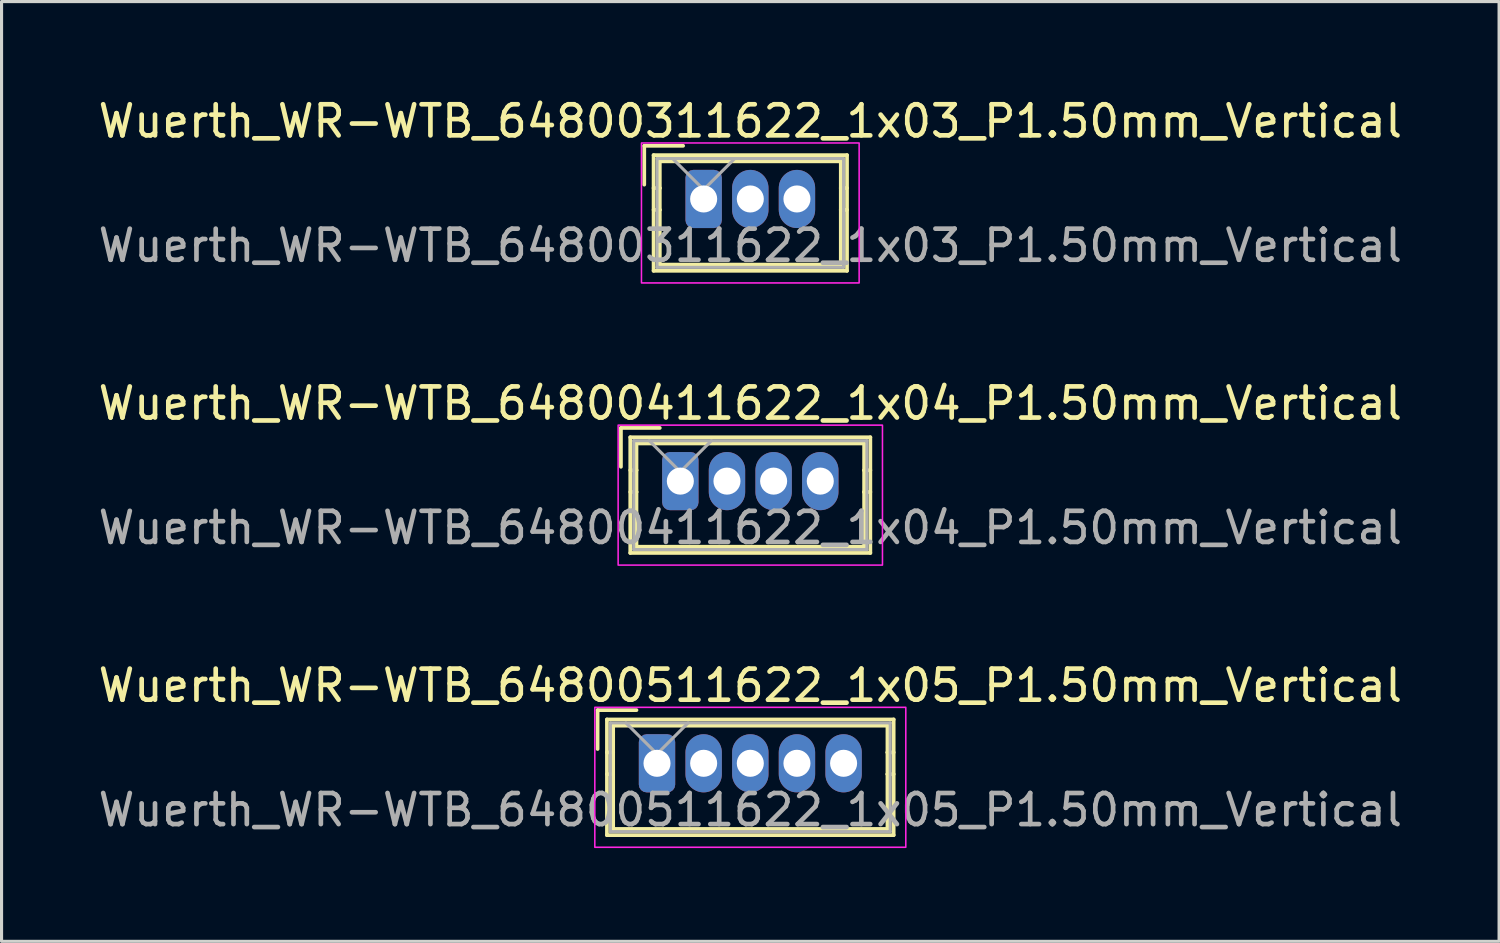
<source format=kicad_pcb>
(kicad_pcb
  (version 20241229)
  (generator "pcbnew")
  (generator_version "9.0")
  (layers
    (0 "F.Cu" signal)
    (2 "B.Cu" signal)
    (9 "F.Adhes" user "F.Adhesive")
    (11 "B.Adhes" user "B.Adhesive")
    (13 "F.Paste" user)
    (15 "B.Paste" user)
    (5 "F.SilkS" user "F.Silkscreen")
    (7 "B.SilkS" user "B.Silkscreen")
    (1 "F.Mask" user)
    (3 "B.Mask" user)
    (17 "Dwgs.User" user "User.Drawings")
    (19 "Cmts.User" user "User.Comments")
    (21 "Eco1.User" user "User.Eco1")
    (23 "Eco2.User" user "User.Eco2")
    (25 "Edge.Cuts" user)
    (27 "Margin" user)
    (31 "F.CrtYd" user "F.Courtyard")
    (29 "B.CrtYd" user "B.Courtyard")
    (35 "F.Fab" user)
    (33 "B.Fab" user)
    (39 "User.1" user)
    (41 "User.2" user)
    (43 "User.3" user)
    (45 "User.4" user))
  (footprint "Wuerth_WR-WTB_64800311622_1x03_P1.50mm_Vertical"
    (layer "F.Cu")
    (at 19.577 3.348)
    (property "Reference" "Wuerth_WR-WTB_64800311622_1x03_P1.50mm_Vertical" (at 1.5 -2.5 0) (layer "F.SilkS") (effects (font (size 1 1) (thickness 0.15))))
    (attr through_hole)
    (fp_line (start -1.91 -1.71) (end -1.91 -0.46) (stroke (width 0.12) (type solid)) (layer "F.SilkS"))
    (fp_line (start -1.61 -1.41) (end -1.61 2.31) (stroke (width 0.12) (type solid)) (layer "F.SilkS"))
    (fp_line (start -1.61 -0.35) (end -1.41 -0.35) (stroke (width 0.12) (type solid)) (layer "F.SilkS"))
    (fp_line (start -1.61 2.31) (end 4.61 2.31) (stroke (width 0.12) (type solid)) (layer "F.SilkS"))
    (fp_line (start -1.41 -1.21) (end 4.41 -1.21) (stroke (width 0.12) (type solid)) (layer "F.SilkS"))
    (fp_line (start -1.41 -0.35) (end -1.41 -1.21) (stroke (width 0.12) (type solid)) (layer "F.SilkS"))
    (fp_line (start -1.41 -0.35) (end -1.41 0.35) (stroke (width 0.12) (type solid)) (layer "F.SilkS"))
    (fp_line (start -1.41 0.35) (end -1.61 0.35) (stroke (width 0.12) (type solid)) (layer "F.SilkS"))
    (fp_line (start -1.41 0.35) (end -1.41 2.11) (stroke (width 0.12) (type solid)) (layer "F.SilkS"))
    (fp_line (start -1.41 2.11) (end 4.41 2.11) (stroke (width 0.12) (type solid)) (layer "F.SilkS"))
    (fp_line (start -0.66 -1.71) (end -1.91 -1.71) (stroke (width 0.12) (type solid)) (layer "F.SilkS"))
    (fp_line (start 4.41 -1.21) (end 4.41 -0.35) (stroke (width 0.12) (type solid)) (layer "F.SilkS"))
    (fp_line (start 4.41 -0.35) (end 4.41 0.35) (stroke (width 0.12) (type solid)) (layer "F.SilkS"))
    (fp_line (start 4.41 -0.35) (end 4.61 -0.35) (stroke (width 0.12) (type solid)) (layer "F.SilkS"))
    (fp_line (start 4.41 0.35) (end 4.61 0.35) (stroke (width 0.12) (type solid)) (layer "F.SilkS"))
    (fp_line (start 4.41 2.11) (end 4.41 0.35) (stroke (width 0.12) (type solid)) (layer "F.SilkS"))
    (fp_line (start 4.61 -1.41) (end -1.61 -1.41) (stroke (width 0.12) (type solid)) (layer "F.SilkS"))
    (fp_line (start 4.61 2.31) (end 4.61 -1.41) (stroke (width 0.12) (type solid)) (layer "F.SilkS"))
    (fp_rect (start 5 2.7) (end -2 -1.8) (stroke (width 0.05) (type solid)) (fill no) (layer "F.CrtYd"))
    (fp_line (start -1.5 -1.3) (end -1.5 2.2) (stroke (width 0.1) (type solid)) (layer "F.Fab"))
    (fp_line (start -1.5 2.2) (end 4.5 2.2) (stroke (width 0.1) (type solid)) (layer "F.Fab"))
    (fp_line (start -1 -1.3) (end 0 -0.3) (stroke (width 0.1) (type solid)) (layer "F.Fab"))
    (fp_line (start 0 -0.3) (end 1 -1.3) (stroke (width 0.1) (type solid)) (layer "F.Fab"))
    (fp_line (start 4.5 -1.3) (end -1.5 -1.3) (stroke (width 0.1) (type solid)) (layer "F.Fab"))
    (fp_line (start 4.5 2.2) (end 4.5 -1.3) (stroke (width 0.1) (type solid)) (layer "F.Fab"))
    (fp_text user "${REFERENCE}" (at 1.5 1.5 0) (layer "F.Fab") (effects (font (size 1 1) (thickness 0.15))))
    (pad "1" thru_hole roundrect (at 0 0) (size 1.17 1.87) (drill 0.87) (layers "*.Cu" "*.Mask") (roundrect_rratio 0.214))
    (pad "2" thru_hole oval (at 1.5 0) (size 1.17 1.87) (drill 0.87) (layers "*.Cu" "*.Mask"))
    (pad "3" thru_hole oval (at 3 0) (size 1.17 1.87) (drill 0.87) (layers "*.Cu" "*.Mask")))
  (footprint "Wuerth_WR-WTB_64800511622_1x05_P1.50mm_Vertical"
    (layer "F.Cu")
    (at 18.077 21.495)
    (property "Reference" "Wuerth_WR-WTB_64800511622_1x05_P1.50mm_Vertical" (at 3 -2.5 0) (layer "F.SilkS") (effects (font (size 1 1) (thickness 0.15))))
    (attr through_hole)
    (fp_line (start -1.91 -1.71) (end -1.91 -0.46) (stroke (width 0.12) (type solid)) (layer "F.SilkS"))
    (fp_line (start -1.61 -1.41) (end -1.61 2.31) (stroke (width 0.12) (type solid)) (layer "F.SilkS"))
    (fp_line (start -1.61 -0.35) (end -1.41 -0.35) (stroke (width 0.12) (type solid)) (layer "F.SilkS"))
    (fp_line (start -1.61 2.31) (end 7.61 2.31) (stroke (width 0.12) (type solid)) (layer "F.SilkS"))
    (fp_line (start -1.41 -1.21) (end 7.41 -1.21) (stroke (width 0.12) (type solid)) (layer "F.SilkS"))
    (fp_line (start -1.41 -0.35) (end -1.41 -1.21) (stroke (width 0.12) (type solid)) (layer "F.SilkS"))
    (fp_line (start -1.41 -0.35) (end -1.41 0.35) (stroke (width 0.12) (type solid)) (layer "F.SilkS"))
    (fp_line (start -1.41 0.35) (end -1.61 0.35) (stroke (width 0.12) (type solid)) (layer "F.SilkS"))
    (fp_line (start -1.41 0.35) (end -1.41 2.11) (stroke (width 0.12) (type solid)) (layer "F.SilkS"))
    (fp_line (start -1.41 2.11) (end 7.41 2.11) (stroke (width 0.12) (type solid)) (layer "F.SilkS"))
    (fp_line (start -0.66 -1.71) (end -1.91 -1.71) (stroke (width 0.12) (type solid)) (layer "F.SilkS"))
    (fp_line (start 7.41 -1.21) (end 7.41 -0.35) (stroke (width 0.12) (type solid)) (layer "F.SilkS"))
    (fp_line (start 7.41 -0.35) (end 7.41 0.35) (stroke (width 0.12) (type solid)) (layer "F.SilkS"))
    (fp_line (start 7.41 -0.35) (end 7.61 -0.35) (stroke (width 0.12) (type solid)) (layer "F.SilkS"))
    (fp_line (start 7.41 0.35) (end 7.61 0.35) (stroke (width 0.12) (type solid)) (layer "F.SilkS"))
    (fp_line (start 7.41 2.11) (end 7.41 0.35) (stroke (width 0.12) (type solid)) (layer "F.SilkS"))
    (fp_line (start 7.61 -1.41) (end -1.61 -1.41) (stroke (width 0.12) (type solid)) (layer "F.SilkS"))
    (fp_line (start 7.61 2.31) (end 7.61 -1.41) (stroke (width 0.12) (type solid)) (layer "F.SilkS"))
    (fp_rect (start 8 2.7) (end -2 -1.8) (stroke (width 0.05) (type solid)) (fill no) (layer "F.CrtYd"))
    (fp_line (start -1.5 -1.3) (end -1.5 2.2) (stroke (width 0.1) (type solid)) (layer "F.Fab"))
    (fp_line (start -1.5 2.2) (end 7.5 2.2) (stroke (width 0.1) (type solid)) (layer "F.Fab"))
    (fp_line (start -1 -1.3) (end 0 -0.3) (stroke (width 0.1) (type solid)) (layer "F.Fab"))
    (fp_line (start 0 -0.3) (end 1 -1.3) (stroke (width 0.1) (type solid)) (layer "F.Fab"))
    (fp_line (start 7.5 -1.3) (end -1.5 -1.3) (stroke (width 0.1) (type solid)) (layer "F.Fab"))
    (fp_line (start 7.5 2.2) (end 7.5 -1.3) (stroke (width 0.1) (type solid)) (layer "F.Fab"))
    (fp_text user "${REFERENCE}" (at 3 1.5 0) (layer "F.Fab") (effects (font (size 1 1) (thickness 0.15))))
    (pad "1" thru_hole roundrect (at 0 0) (size 1.17 1.87) (drill 0.87) (layers "*.Cu" "*.Mask") (roundrect_rratio 0.214))
    (pad "2" thru_hole oval (at 1.5 0) (size 1.17 1.87) (drill 0.87) (layers "*.Cu" "*.Mask"))
    (pad "3" thru_hole oval (at 3 0) (size 1.17 1.87) (drill 0.87) (layers "*.Cu" "*.Mask"))
    (pad "4" thru_hole oval (at 4.5 0) (size 1.17 1.87) (drill 0.87) (layers "*.Cu" "*.Mask"))
    (pad "5" thru_hole oval (at 6 0) (size 1.17 1.87) (drill 0.87) (layers "*.Cu" "*.Mask")))
  (footprint "Wuerth_WR-WTB_64800411622_1x04_P1.50mm_Vertical"
    (layer "F.Cu")
    (at 18.827 12.421)
    (property "Reference" "Wuerth_WR-WTB_64800411622_1x04_P1.50mm_Vertical" (at 2.25 -2.5 0) (layer "F.SilkS") (effects (font (size 1 1) (thickness 0.15))))
    (attr through_hole)
    (fp_line (start -1.91 -1.71) (end -1.91 -0.46) (stroke (width 0.12) (type solid)) (layer "F.SilkS"))
    (fp_line (start -1.61 -1.41) (end -1.61 2.31) (stroke (width 0.12) (type solid)) (layer "F.SilkS"))
    (fp_line (start -1.61 -0.35) (end -1.41 -0.35) (stroke (width 0.12) (type solid)) (layer "F.SilkS"))
    (fp_line (start -1.61 2.31) (end 6.11 2.31) (stroke (width 0.12) (type solid)) (layer "F.SilkS"))
    (fp_line (start -1.41 -1.21) (end 5.91 -1.21) (stroke (width 0.12) (type solid)) (layer "F.SilkS"))
    (fp_line (start -1.41 -0.35) (end -1.41 -1.21) (stroke (width 0.12) (type solid)) (layer "F.SilkS"))
    (fp_line (start -1.41 -0.35) (end -1.41 0.35) (stroke (width 0.12) (type solid)) (layer "F.SilkS"))
    (fp_line (start -1.41 0.35) (end -1.61 0.35) (stroke (width 0.12) (type solid)) (layer "F.SilkS"))
    (fp_line (start -1.41 0.35) (end -1.41 2.11) (stroke (width 0.12) (type solid)) (layer "F.SilkS"))
    (fp_line (start -1.41 2.11) (end 5.91 2.11) (stroke (width 0.12) (type solid)) (layer "F.SilkS"))
    (fp_line (start -0.66 -1.71) (end -1.91 -1.71) (stroke (width 0.12) (type solid)) (layer "F.SilkS"))
    (fp_line (start 5.91 -1.21) (end 5.91 -0.35) (stroke (width 0.12) (type solid)) (layer "F.SilkS"))
    (fp_line (start 5.91 -0.35) (end 5.91 0.35) (stroke (width 0.12) (type solid)) (layer "F.SilkS"))
    (fp_line (start 5.91 -0.35) (end 6.11 -0.35) (stroke (width 0.12) (type solid)) (layer "F.SilkS"))
    (fp_line (start 5.91 0.35) (end 6.11 0.35) (stroke (width 0.12) (type solid)) (layer "F.SilkS"))
    (fp_line (start 5.91 2.11) (end 5.91 0.35) (stroke (width 0.12) (type solid)) (layer "F.SilkS"))
    (fp_line (start 6.11 -1.41) (end -1.61 -1.41) (stroke (width 0.12) (type solid)) (layer "F.SilkS"))
    (fp_line (start 6.11 2.31) (end 6.11 -1.41) (stroke (width 0.12) (type solid)) (layer "F.SilkS"))
    (fp_rect (start 6.5 2.7) (end -2 -1.8) (stroke (width 0.05) (type solid)) (fill no) (layer "F.CrtYd"))
    (fp_line (start -1.5 -1.3) (end -1.5 2.2) (stroke (width 0.1) (type solid)) (layer "F.Fab"))
    (fp_line (start -1.5 2.2) (end 6 2.2) (stroke (width 0.1) (type solid)) (layer "F.Fab"))
    (fp_line (start -1 -1.3) (end 0 -0.3) (stroke (width 0.1) (type solid)) (layer "F.Fab"))
    (fp_line (start 0 -0.3) (end 1 -1.3) (stroke (width 0.1) (type solid)) (layer "F.Fab"))
    (fp_line (start 6 -1.3) (end -1.5 -1.3) (stroke (width 0.1) (type solid)) (layer "F.Fab"))
    (fp_line (start 6 2.2) (end 6 -1.3) (stroke (width 0.1) (type solid)) (layer "F.Fab"))
    (fp_text user "${REFERENCE}" (at 2.25 1.5 0) (layer "F.Fab") (effects (font (size 1 1) (thickness 0.15))))
    (pad "1" thru_hole roundrect (at 0 0) (size 1.17 1.87) (drill 0.87) (layers "*.Cu" "*.Mask") (roundrect_rratio 0.214))
    (pad "2" thru_hole oval (at 1.5 0) (size 1.17 1.87) (drill 0.87) (layers "*.Cu" "*.Mask"))
    (pad "3" thru_hole oval (at 3 0) (size 1.17 1.87) (drill 0.87) (layers "*.Cu" "*.Mask"))
    (pad "4" thru_hole oval (at 4.5 0) (size 1.17 1.87) (drill 0.87) (layers "*.Cu" "*.Mask")))
  (gr_rect
    (start -3 -3)
    (end 45.155 27.22)
    (stroke (width 0.1) (type default))
    (fill no)
    (layer "Edge.Cuts")))
</source>
